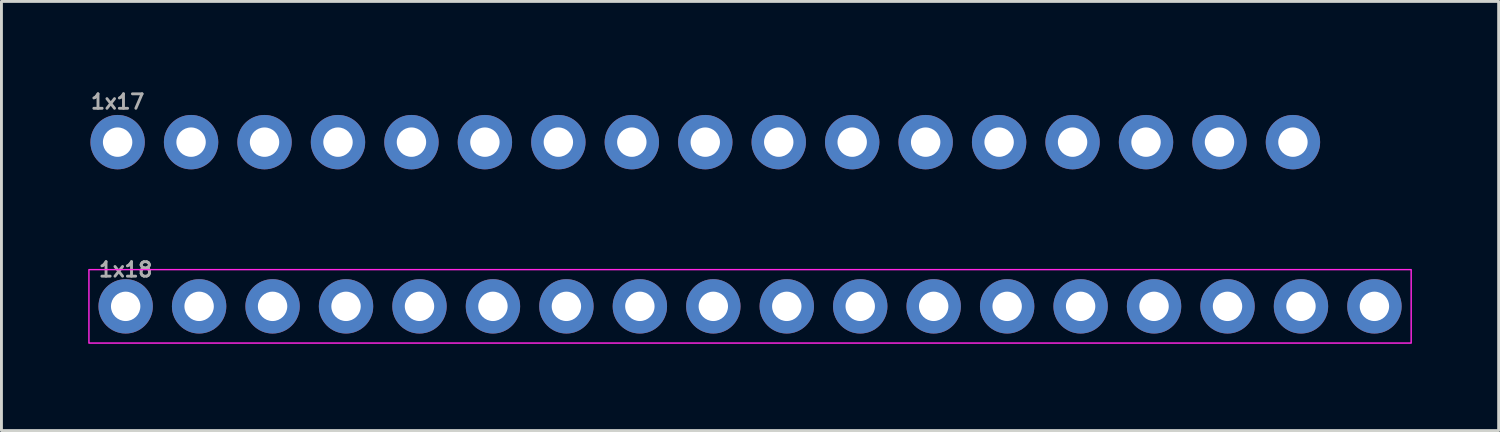
<source format=kicad_pcb>
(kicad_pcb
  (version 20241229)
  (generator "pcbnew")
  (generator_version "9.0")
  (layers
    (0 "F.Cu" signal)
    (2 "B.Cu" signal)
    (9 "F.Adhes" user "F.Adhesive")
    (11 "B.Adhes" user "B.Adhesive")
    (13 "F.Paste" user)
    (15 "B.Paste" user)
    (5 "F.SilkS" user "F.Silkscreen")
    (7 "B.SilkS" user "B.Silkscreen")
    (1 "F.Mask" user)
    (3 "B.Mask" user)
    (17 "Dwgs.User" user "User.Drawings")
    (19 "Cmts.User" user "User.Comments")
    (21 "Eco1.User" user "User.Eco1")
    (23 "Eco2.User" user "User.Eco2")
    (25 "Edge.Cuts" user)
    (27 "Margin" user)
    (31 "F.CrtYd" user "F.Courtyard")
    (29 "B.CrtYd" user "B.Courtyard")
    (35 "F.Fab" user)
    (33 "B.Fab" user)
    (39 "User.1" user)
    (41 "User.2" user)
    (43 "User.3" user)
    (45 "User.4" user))
  (footprint "1x18"
    (layer "F.Cu")
    (at 1.295 7.543)
    (property "Reference" "1x18" (at 0 -1.27 0) (layer "F.Fab") (effects (font (size 0.5 0.5) (thickness 0.1))))
    (fp_rect (start -1.27 -1.27) (end 44.45 1.27) (stroke (width 0.05) (type default)) (fill no) (layer "F.CrtYd"))
    (fp_poly (pts (xy -0.254 0.254) (xy 0.254 0.254) (xy 0.254 -0.254) (xy -0.254 -0.254)) (stroke (width 0.1) (type default)) (fill no) (layer "F.Fab"))
    (fp_poly (pts (xy 2.286 0.254) (xy 2.794 0.254) (xy 2.794 -0.254) (xy 2.286 -0.254)) (stroke (width 0.1) (type default)) (fill no) (layer "F.Fab"))
    (fp_poly (pts (xy 4.826 0.254) (xy 5.334 0.254) (xy 5.334 -0.254) (xy 4.826 -0.254)) (stroke (width 0.1) (type default)) (fill no) (layer "F.Fab"))
    (fp_poly (pts (xy 7.366 0.254) (xy 7.874 0.254) (xy 7.874 -0.254) (xy 7.366 -0.254)) (stroke (width 0.1) (type default)) (fill no) (layer "F.Fab"))
    (fp_poly (pts (xy 9.906 0.254) (xy 10.414 0.254) (xy 10.414 -0.254) (xy 9.906 -0.254)) (stroke (width 0.1) (type default)) (fill no) (layer "F.Fab"))
    (fp_poly (pts (xy 12.446 0.254) (xy 12.954 0.254) (xy 12.954 -0.254) (xy 12.446 -0.254)) (stroke (width 0.1) (type default)) (fill no) (layer "F.Fab"))
    (fp_poly (pts (xy 14.986 0.254) (xy 15.494 0.254) (xy 15.494 -0.254) (xy 14.986 -0.254)) (stroke (width 0.1) (type default)) (fill no) (layer "F.Fab"))
    (fp_poly (pts (xy 17.526 0.254) (xy 18.034 0.254) (xy 18.034 -0.254) (xy 17.526 -0.254)) (stroke (width 0.1) (type default)) (fill no) (layer "F.Fab"))
    (fp_poly (pts (xy 20.066 0.254) (xy 20.574 0.254) (xy 20.574 -0.254) (xy 20.066 -0.254)) (stroke (width 0.1) (type default)) (fill no) (layer "F.Fab"))
    (fp_poly (pts (xy 22.606 0.254) (xy 23.114 0.254) (xy 23.114 -0.254) (xy 22.606 -0.254)) (stroke (width 0.1) (type default)) (fill no) (layer "F.Fab"))
    (fp_poly (pts (xy 25.146 0.254) (xy 25.654 0.254) (xy 25.654 -0.254) (xy 25.146 -0.254)) (stroke (width 0.1) (type default)) (fill no) (layer "F.Fab"))
    (fp_poly (pts (xy 27.686 0.254) (xy 28.194 0.254) (xy 28.194 -0.254) (xy 27.686 -0.254)) (stroke (width 0.1) (type default)) (fill no) (layer "F.Fab"))
    (fp_poly (pts (xy 30.226 0.254) (xy 30.734 0.254) (xy 30.734 -0.254) (xy 30.226 -0.254)) (stroke (width 0.1) (type default)) (fill no) (layer "F.Fab"))
    (fp_poly (pts (xy 32.766 0.254) (xy 33.274 0.254) (xy 33.274 -0.254) (xy 32.766 -0.254)) (stroke (width 0.1) (type default)) (fill no) (layer "F.Fab"))
    (fp_poly (pts (xy 35.306 0.254) (xy 35.814 0.254) (xy 35.814 -0.254) (xy 35.306 -0.254)) (stroke (width 0.1) (type default)) (fill no) (layer "F.Fab"))
    (fp_poly (pts (xy 37.846 0.254) (xy 38.354 0.254) (xy 38.354 -0.254) (xy 37.846 -0.254)) (stroke (width 0.1) (type default)) (fill no) (layer "F.Fab"))
    (fp_poly (pts (xy 40.386 0.254) (xy 40.894 0.254) (xy 40.894 -0.254) (xy 40.386 -0.254)) (stroke (width 0.1) (type default)) (fill no) (layer "F.Fab"))
    (fp_poly (pts (xy 42.926 0.254) (xy 43.434 0.254) (xy 43.434 -0.254) (xy 42.926 -0.254)) (stroke (width 0.1) (type default)) (fill no) (layer "F.Fab"))
    (pad "1" thru_hole circle (at 0 0 90) (size 1.88 1.88) (drill 1.016) (layers "*.Cu" "*.Mask") (remove_unused_layers yes) (keep_end_layers yes) (zone_layer_connections))
    (pad "2" thru_hole circle (at 2.54 0 90) (size 1.88 1.88) (drill 1.016) (layers "*.Cu" "*.Mask") (remove_unused_layers yes) (keep_end_layers yes) (zone_layer_connections))
    (pad "3" thru_hole circle (at 5.08 0 90) (size 1.88 1.88) (drill 1.016) (layers "*.Cu" "*.Mask") (remove_unused_layers yes) (keep_end_layers yes) (zone_layer_connections))
    (pad "4" thru_hole circle (at 7.62 0 90) (size 1.88 1.88) (drill 1.016) (layers "*.Cu" "*.Mask") (remove_unused_layers yes) (keep_end_layers yes) (zone_layer_connections))
    (pad "5" thru_hole circle (at 10.16 0 90) (size 1.88 1.88) (drill 1.016) (layers "*.Cu" "*.Mask") (remove_unused_layers yes) (keep_end_layers yes) (zone_layer_connections))
    (pad "6" thru_hole circle (at 12.7 0 90) (size 1.88 1.88) (drill 1.016) (layers "*.Cu" "*.Mask") (remove_unused_layers yes) (keep_end_layers yes) (zone_layer_connections))
    (pad "7" thru_hole circle (at 15.24 0 90) (size 1.88 1.88) (drill 1.016) (layers "*.Cu" "*.Mask") (remove_unused_layers yes) (keep_end_layers yes) (zone_layer_connections))
    (pad "8" thru_hole circle (at 17.78 0 90) (size 1.88 1.88) (drill 1.016) (layers "*.Cu" "*.Mask") (remove_unused_layers yes) (keep_end_layers yes) (zone_layer_connections))
    (pad "9" thru_hole circle (at 20.32 0 90) (size 1.88 1.88) (drill 1.016) (layers "*.Cu" "*.Mask") (remove_unused_layers yes) (keep_end_layers yes) (zone_layer_connections))
    (pad "10" thru_hole circle (at 22.86 0 90) (size 1.88 1.88) (drill 1.016) (layers "*.Cu" "*.Mask") (remove_unused_layers yes) (keep_end_layers yes) (zone_layer_connections))
    (pad "11" thru_hole circle (at 25.4 0 90) (size 1.88 1.88) (drill 1.016) (layers "*.Cu" "*.Mask") (remove_unused_layers yes) (keep_end_layers yes) (zone_layer_connections))
    (pad "12" thru_hole circle (at 27.94 0 90) (size 1.88 1.88) (drill 1.016) (layers "*.Cu" "*.Mask") (remove_unused_layers yes) (keep_end_layers yes) (zone_layer_connections))
    (pad "13" thru_hole circle (at 30.48 0 90) (size 1.88 1.88) (drill 1.016) (layers "*.Cu" "*.Mask") (remove_unused_layers yes) (keep_end_layers yes) (zone_layer_connections))
    (pad "14" thru_hole circle (at 33.02 0 90) (size 1.88 1.88) (drill 1.016) (layers "*.Cu" "*.Mask") (remove_unused_layers yes) (keep_end_layers yes) (zone_layer_connections))
    (pad "15" thru_hole circle (at 35.56 0 90) (size 1.88 1.88) (drill 1.016) (layers "*.Cu" "*.Mask") (remove_unused_layers yes) (keep_end_layers yes) (zone_layer_connections))
    (pad "16" thru_hole circle (at 38.1 0 90) (size 1.88 1.88) (drill 1.016) (layers "*.Cu" "*.Mask") (remove_unused_layers yes) (keep_end_layers yes) (zone_layer_connections))
    (pad "17" thru_hole circle (at 40.64 0 90) (size 1.88 1.88) (drill 1.016) (layers "*.Cu" "*.Mask") (remove_unused_layers yes) (keep_end_layers yes) (zone_layer_connections))
    (pad "18" thru_hole circle (at 43.18 0 90) (size 1.88 1.88) (drill 1.016) (layers "*.Cu" "*.Mask") (remove_unused_layers yes) (keep_end_layers yes) (zone_layer_connections)))
  (footprint "1x17"
    (layer "F.Cu")
    (at 1.017 1.865)
    (property "Reference" "1x17" (at 0 -1.397 0) (layer "F.Fab") (effects (font (size 0.5 0.5) (thickness 0.1))))
    (fp_poly (pts (xy -0.254 0.254) (xy 0.254 0.254) (xy 0.254 -0.254) (xy -0.254 -0.254)) (stroke (width 0.1) (type default)) (fill no) (layer "F.Fab"))
    (fp_poly (pts (xy 2.286 0.254) (xy 2.794 0.254) (xy 2.794 -0.254) (xy 2.286 -0.254)) (stroke (width 0.1) (type default)) (fill no) (layer "F.Fab"))
    (fp_poly (pts (xy 4.826 0.254) (xy 5.334 0.254) (xy 5.334 -0.254) (xy 4.826 -0.254)) (stroke (width 0.1) (type default)) (fill no) (layer "F.Fab"))
    (fp_poly (pts (xy 7.366 0.254) (xy 7.874 0.254) (xy 7.874 -0.254) (xy 7.366 -0.254)) (stroke (width 0.1) (type default)) (fill no) (layer "F.Fab"))
    (fp_poly (pts (xy 9.906 0.254) (xy 10.414 0.254) (xy 10.414 -0.254) (xy 9.906 -0.254)) (stroke (width 0.1) (type default)) (fill no) (layer "F.Fab"))
    (fp_poly (pts (xy 12.446 0.254) (xy 12.954 0.254) (xy 12.954 -0.254) (xy 12.446 -0.254)) (stroke (width 0.1) (type default)) (fill no) (layer "F.Fab"))
    (fp_poly (pts (xy 14.986 0.254) (xy 15.494 0.254) (xy 15.494 -0.254) (xy 14.986 -0.254)) (stroke (width 0.1) (type default)) (fill no) (layer "F.Fab"))
    (fp_poly (pts (xy 17.526 0.254) (xy 18.034 0.254) (xy 18.034 -0.254) (xy 17.526 -0.254)) (stroke (width 0.1) (type default)) (fill no) (layer "F.Fab"))
    (fp_poly (pts (xy 20.066 0.254) (xy 20.574 0.254) (xy 20.574 -0.254) (xy 20.066 -0.254)) (stroke (width 0.1) (type default)) (fill no) (layer "F.Fab"))
    (fp_poly (pts (xy 22.606 0.254) (xy 23.114 0.254) (xy 23.114 -0.254) (xy 22.606 -0.254)) (stroke (width 0.1) (type default)) (fill no) (layer "F.Fab"))
    (fp_poly (pts (xy 25.146 0.254) (xy 25.654 0.254) (xy 25.654 -0.254) (xy 25.146 -0.254)) (stroke (width 0.1) (type default)) (fill no) (layer "F.Fab"))
    (fp_poly (pts (xy 27.686 0.254) (xy 28.194 0.254) (xy 28.194 -0.254) (xy 27.686 -0.254)) (stroke (width 0.1) (type default)) (fill no) (layer "F.Fab"))
    (fp_poly (pts (xy 30.226 0.254) (xy 30.734 0.254) (xy 30.734 -0.254) (xy 30.226 -0.254)) (stroke (width 0.1) (type default)) (fill no) (layer "F.Fab"))
    (fp_poly (pts (xy 32.766 0.254) (xy 33.274 0.254) (xy 33.274 -0.254) (xy 32.766 -0.254)) (stroke (width 0.1) (type default)) (fill no) (layer "F.Fab"))
    (fp_poly (pts (xy 35.306 0.254) (xy 35.814 0.254) (xy 35.814 -0.254) (xy 35.306 -0.254)) (stroke (width 0.1) (type default)) (fill no) (layer "F.Fab"))
    (fp_poly (pts (xy 37.846 0.254) (xy 38.354 0.254) (xy 38.354 -0.254) (xy 37.846 -0.254)) (stroke (width 0.1) (type default)) (fill no) (layer "F.Fab"))
    (fp_poly (pts (xy 40.386 0.254) (xy 40.894 0.254) (xy 40.894 -0.254) (xy 40.386 -0.254)) (stroke (width 0.1) (type default)) (fill no) (layer "F.Fab"))
    (pad "1" thru_hole circle (at 0 0 90) (size 1.88 1.88) (drill 1.016) (layers "*.Cu" "*.Mask"))
    (pad "2" thru_hole circle (at 2.54 0 90) (size 1.88 1.88) (drill 1.016) (layers "*.Cu" "*.Mask"))
    (pad "3" thru_hole circle (at 5.08 0 90) (size 1.88 1.88) (drill 1.016) (layers "*.Cu" "*.Mask"))
    (pad "4" thru_hole circle (at 7.62 0 90) (size 1.88 1.88) (drill 1.016) (layers "*.Cu" "*.Mask"))
    (pad "5" thru_hole circle (at 10.16 0 90) (size 1.88 1.88) (drill 1.016) (layers "*.Cu" "*.Mask"))
    (pad "6" thru_hole circle (at 12.7 0 90) (size 1.88 1.88) (drill 1.016) (layers "*.Cu" "*.Mask"))
    (pad "7" thru_hole circle (at 15.24 0 90) (size 1.88 1.88) (drill 1.016) (layers "*.Cu" "*.Mask"))
    (pad "8" thru_hole circle (at 17.78 0 90) (size 1.88 1.88) (drill 1.016) (layers "*.Cu" "*.Mask"))
    (pad "9" thru_hole circle (at 20.32 0 90) (size 1.88 1.88) (drill 1.016) (layers "*.Cu" "*.Mask"))
    (pad "10" thru_hole circle (at 22.86 0 90) (size 1.88 1.88) (drill 1.016) (layers "*.Cu" "*.Mask"))
    (pad "11" thru_hole circle (at 25.4 0 90) (size 1.88 1.88) (drill 1.016) (layers "*.Cu" "*.Mask"))
    (pad "12" thru_hole circle (at 27.94 0 90) (size 1.88 1.88) (drill 1.016) (layers "*.Cu" "*.Mask"))
    (pad "13" thru_hole circle (at 30.48 0 90) (size 1.88 1.88) (drill 1.016) (layers "*.Cu" "*.Mask"))
    (pad "14" thru_hole circle (at 33.02 0 90) (size 1.88 1.88) (drill 1.016) (layers "*.Cu" "*.Mask"))
    (pad "15" thru_hole circle (at 35.56 0 90) (size 1.88 1.88) (drill 1.016) (layers "*.Cu" "*.Mask"))
    (pad "16" thru_hole circle (at 38.1 0 90) (size 1.88 1.88) (drill 1.016) (layers "*.Cu" "*.Mask"))
    (pad "17" thru_hole circle (at 40.64 0 90) (size 1.88 1.88) (drill 1.016) (layers "*.Cu" "*.Mask")))
  (gr_rect
    (start -3 -3)
    (end 48.77 11.838)
    (stroke (width 0.1) (type default))
    (fill no)
    (layer "Edge.Cuts")))
</source>
